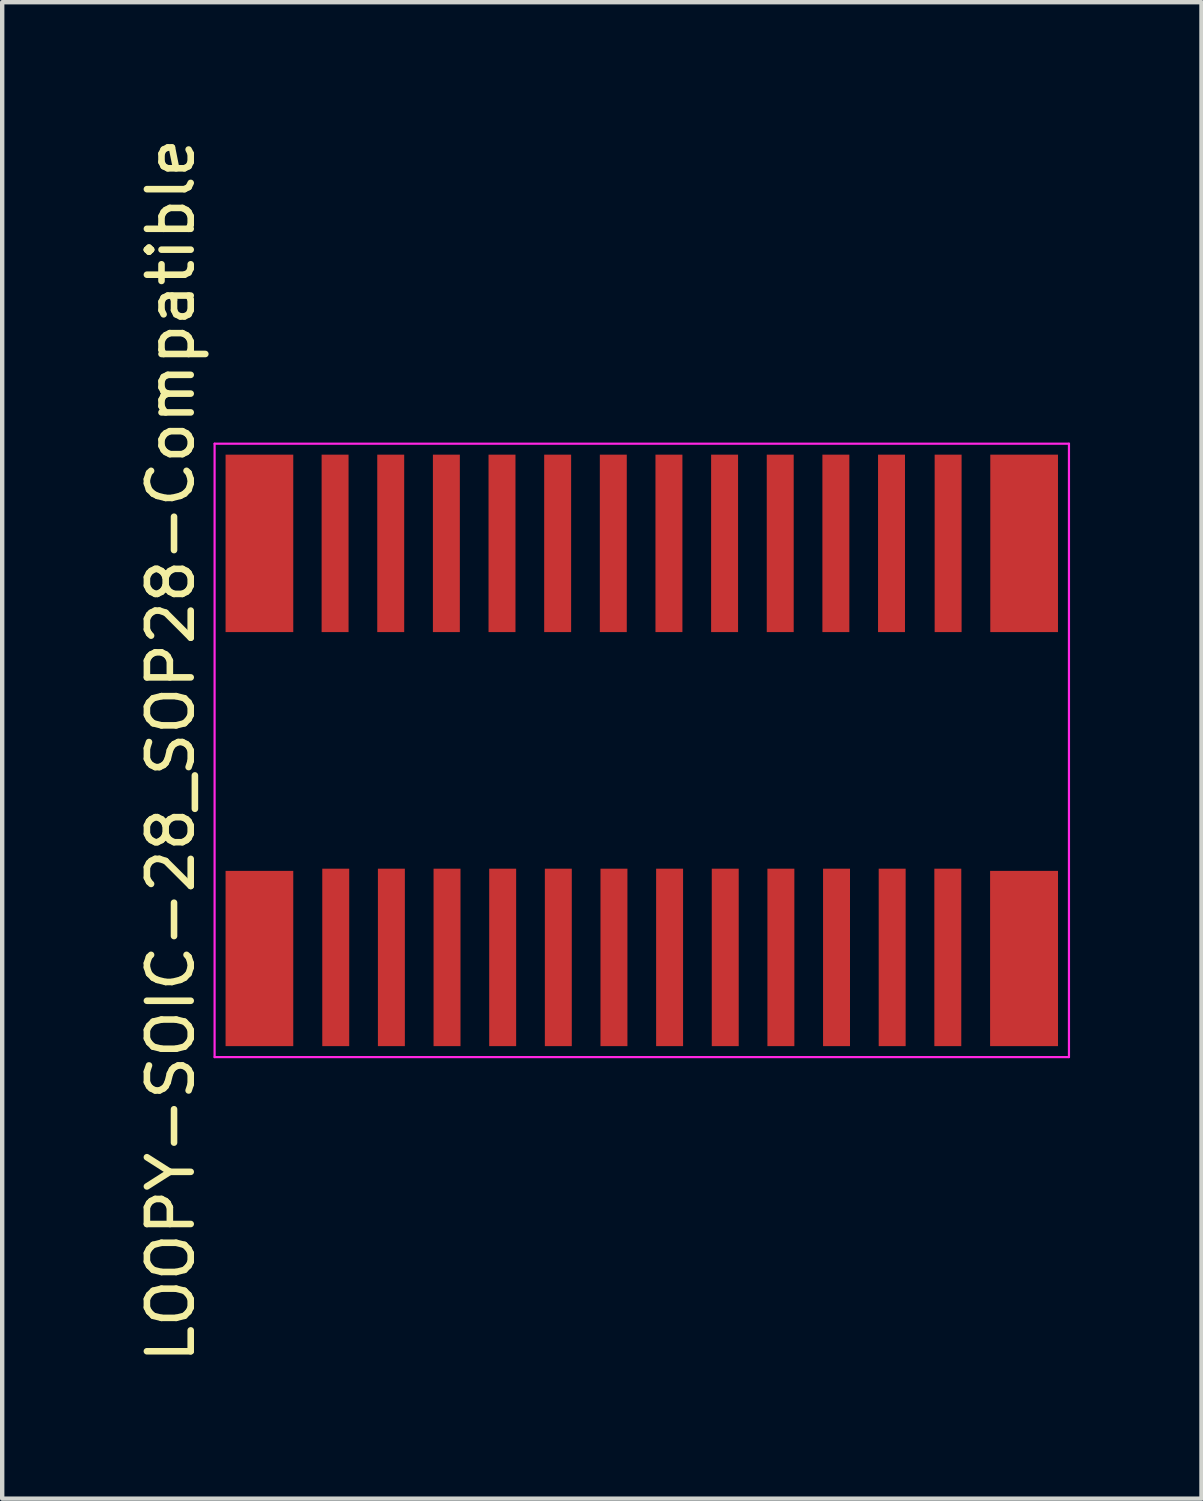
<source format=kicad_pcb>
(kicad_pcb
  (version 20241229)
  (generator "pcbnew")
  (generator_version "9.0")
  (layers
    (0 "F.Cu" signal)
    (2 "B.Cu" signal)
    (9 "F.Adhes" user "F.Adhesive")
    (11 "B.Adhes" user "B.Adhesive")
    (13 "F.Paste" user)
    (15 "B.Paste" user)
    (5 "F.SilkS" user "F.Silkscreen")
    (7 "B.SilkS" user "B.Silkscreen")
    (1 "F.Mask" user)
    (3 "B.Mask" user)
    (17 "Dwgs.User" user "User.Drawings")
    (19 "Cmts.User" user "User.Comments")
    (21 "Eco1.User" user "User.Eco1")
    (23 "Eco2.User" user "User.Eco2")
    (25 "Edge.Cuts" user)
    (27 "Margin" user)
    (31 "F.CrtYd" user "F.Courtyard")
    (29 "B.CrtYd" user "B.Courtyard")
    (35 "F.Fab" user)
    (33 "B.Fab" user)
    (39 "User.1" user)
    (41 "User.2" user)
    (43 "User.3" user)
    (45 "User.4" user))
  (footprint "LOOPY-SOIC-28_SOP28-Compatible"
    (layer "F.Cu")
    (at 11.598 14.077)
    (property "Reference" "LOOPY-SOIC-28_SOP28-Compatible" (at -10.75 0 90) (layer "F.SilkS") (effects (font (size 1 1) (thickness 0.15))))
    (attr through_hole)
    (fp_line (start -9.75 -7) (end 9.75 -7) (stroke (width 0.05) (type default)) (layer "F.CrtYd"))
    (fp_line (start -9.75 7) (end -9.75 -7) (stroke (width 0.05) (type default)) (layer "F.CrtYd"))
    (fp_line (start 9.75 -7) (end 9.75 7) (stroke (width 0.05) (type default)) (layer "F.CrtYd"))
    (fp_line (start 9.75 7) (end -9.75 7) (stroke (width 0.05) (type default)) (layer "F.CrtYd"))
    (pad "1" smd rect (at -8.727 4.75) (size 1.545 4) (layers "F.Cu" "F.Mask" "F.Paste"))
    (pad "2" smd rect (at -6.985 4.725) (size 0.615 4.05) (layers "F.Cu" "F.Mask" "F.Paste"))
    (pad "3" smd rect (at -5.715 4.725) (size 0.615 4.05) (layers "F.Cu" "F.Mask" "F.Paste"))
    (pad "4" smd rect (at -4.445 4.725) (size 0.615 4.05) (layers "F.Cu" "F.Mask" "F.Paste"))
    (pad "5" smd rect (at -3.175 4.725) (size 0.615 4.05) (layers "F.Cu" "F.Mask" "F.Paste"))
    (pad "6" smd rect (at -1.905 4.725) (size 0.615 4.05) (layers "F.Cu" "F.Mask" "F.Paste"))
    (pad "7" smd rect (at -0.635 4.725) (size 0.615 4.05) (layers "F.Cu" "F.Mask" "F.Paste"))
    (pad "8" smd rect (at 0.635 4.725) (size 0.615 4.05) (layers "F.Cu" "F.Mask" "F.Paste"))
    (pad "9" smd rect (at 1.905 4.725) (size 0.615 4.05) (layers "F.Cu" "F.Mask" "F.Paste"))
    (pad "10" smd rect (at 3.175 4.725) (size 0.615 4.05) (layers "F.Cu" "F.Mask" "F.Paste"))
    (pad "11" smd rect (at 4.445 4.725) (size 0.615 4.05) (layers "F.Cu" "F.Mask" "F.Paste"))
    (pad "12" smd rect (at 5.715 4.725) (size 0.615 4.05) (layers "F.Cu" "F.Mask" "F.Paste"))
    (pad "13" smd rect (at 6.985 4.725) (size 0.615 4.05) (layers "F.Cu" "F.Mask" "F.Paste"))
    (pad "14" smd rect (at 8.725 4.75) (size 1.55 4) (layers "F.Cu" "F.Mask" "F.Paste"))
    (pad "15" smd rect (at 8.727 -4.725) (size 1.545 4.05) (layers "F.Cu" "F.Mask" "F.Paste"))
    (pad "16" smd rect (at 6.992 -4.725) (size 0.615 4.05) (layers "F.Cu" "F.Mask" "F.Paste"))
    (pad "17" smd rect (at 5.7 -4.725) (size 0.615 4.05) (layers "F.Cu" "F.Mask" "F.Paste"))
    (pad "18" smd rect (at 4.43 -4.725) (size 0.615 4.05) (layers "F.Cu" "F.Mask" "F.Paste"))
    (pad "19" smd rect (at 3.16 -4.725) (size 0.615 4.05) (layers "F.Cu" "F.Mask" "F.Paste"))
    (pad "20" smd rect (at 1.89 -4.725) (size 0.615 4.05) (layers "F.Cu" "F.Mask" "F.Paste"))
    (pad "21" smd rect (at 0.62 -4.725) (size 0.615 4.05) (layers "F.Cu" "F.Mask" "F.Paste"))
    (pad "22" smd rect (at -0.65 -4.725) (size 0.615 4.05) (layers "F.Cu" "F.Mask" "F.Paste"))
    (pad "23" smd rect (at -1.92 -4.725) (size 0.615 4.05) (layers "F.Cu" "F.Mask" "F.Paste"))
    (pad "24" smd rect (at -3.19 -4.725) (size 0.615 4.05) (layers "F.Cu" "F.Mask" "F.Paste"))
    (pad "25" smd rect (at -4.46 -4.725) (size 0.615 4.05) (layers "F.Cu" "F.Mask" "F.Paste"))
    (pad "26" smd rect (at -5.73 -4.725) (size 0.615 4.05) (layers "F.Cu" "F.Mask" "F.Paste"))
    (pad "27" smd rect (at -7 -4.725) (size 0.615 4.05) (layers "F.Cu" "F.Mask" "F.Paste"))
    (pad "28" smd rect (at -8.727 -4.725) (size 1.545 4.05) (layers "F.Cu" "F.Mask" "F.Paste")))
  (gr_rect
    (start -3 -3)
    (end 24.373 31.155)
    (stroke (width 0.1) (type default))
    (fill no)
    (layer "Edge.Cuts")))
</source>
